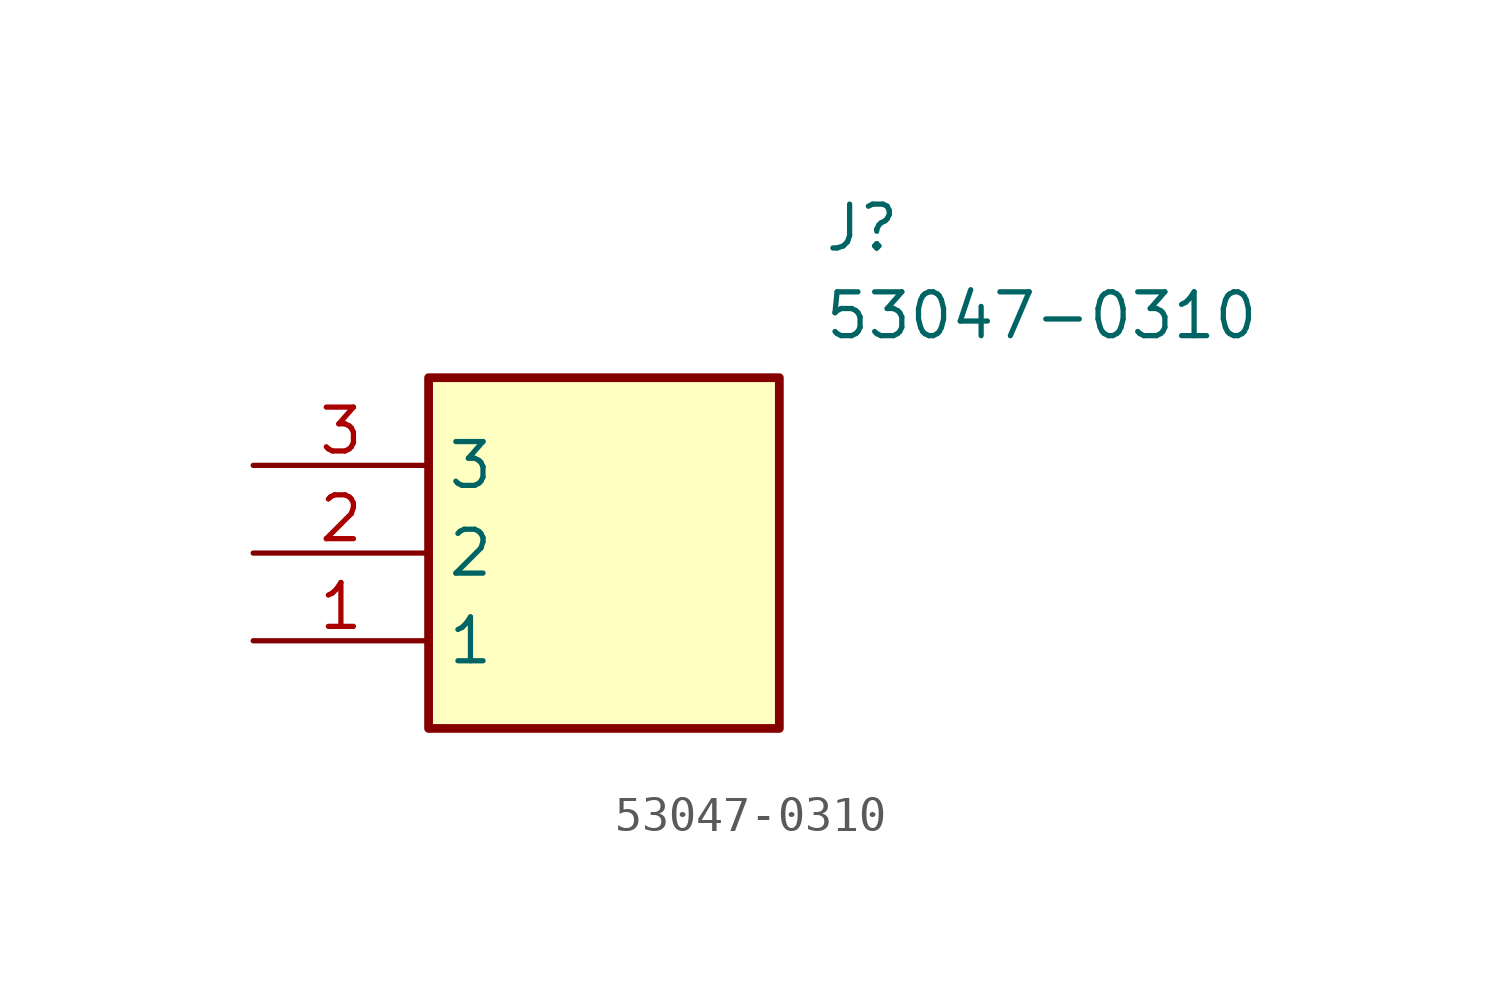
<source format=kicad_sym>
(kicad_symbol_lib
  (version 20211014)
  (generator SamacSys_ECAD_Model)
  (symbol "53047-0310"
    (property "Reference" "J"
      (at 16.51 7.62 0)
      (effects (font (size 1.27 1.27)) (justify left top)))
    (property "Value" "53047-0310"
      (at 16.51 5.08 0)
      (effects (font (size 1.27 1.27)) (justify left top)))
    (rectangle
      (start 5.08 2.54)
      (end 15.24 -7.62)
      (stroke (width 0.254) (type default))
      (fill (type background)))
    (pin passive line
      (at 0 -5.08 0)
      (length 5.08)
      (name "1" (effects (font (size 1.27 1.27))))
      (number "1" (effects (font (size 1.27 1.27)))))
    (pin passive line
      (at 0 -2.54 0)
      (length 5.08)
      (name "2" (effects (font (size 1.27 1.27))))
      (number "2" (effects (font (size 1.27 1.27)))))
    (pin passive line
      (at 0 0 0)
      (length 5.08)
      (name "3" (effects (font (size 1.27 1.27))))
      (number "3" (effects (font (size 1.27 1.27)))))))
</source>
